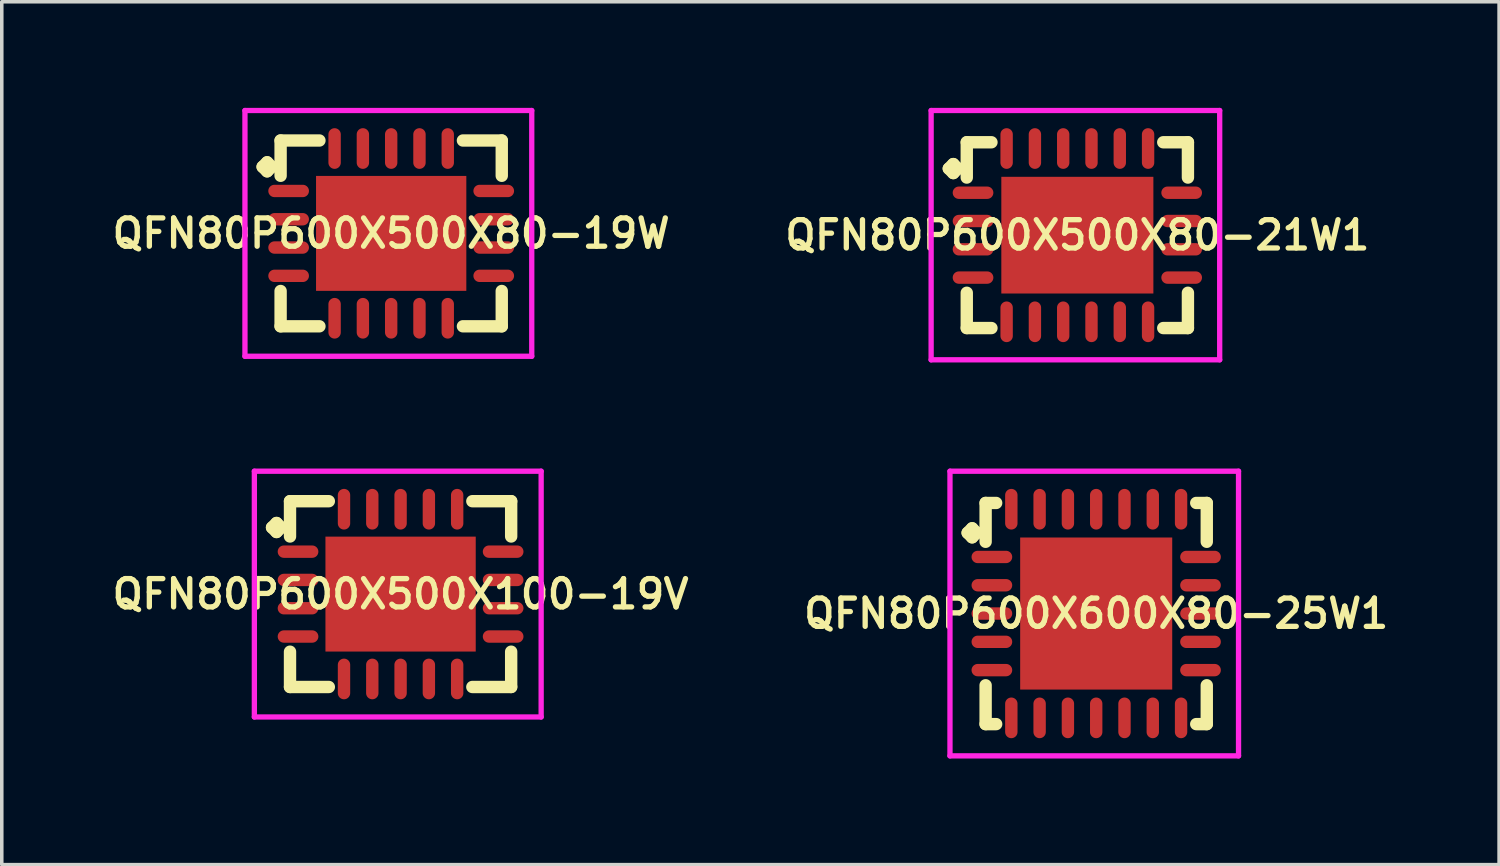
<source format=kicad_pcb>
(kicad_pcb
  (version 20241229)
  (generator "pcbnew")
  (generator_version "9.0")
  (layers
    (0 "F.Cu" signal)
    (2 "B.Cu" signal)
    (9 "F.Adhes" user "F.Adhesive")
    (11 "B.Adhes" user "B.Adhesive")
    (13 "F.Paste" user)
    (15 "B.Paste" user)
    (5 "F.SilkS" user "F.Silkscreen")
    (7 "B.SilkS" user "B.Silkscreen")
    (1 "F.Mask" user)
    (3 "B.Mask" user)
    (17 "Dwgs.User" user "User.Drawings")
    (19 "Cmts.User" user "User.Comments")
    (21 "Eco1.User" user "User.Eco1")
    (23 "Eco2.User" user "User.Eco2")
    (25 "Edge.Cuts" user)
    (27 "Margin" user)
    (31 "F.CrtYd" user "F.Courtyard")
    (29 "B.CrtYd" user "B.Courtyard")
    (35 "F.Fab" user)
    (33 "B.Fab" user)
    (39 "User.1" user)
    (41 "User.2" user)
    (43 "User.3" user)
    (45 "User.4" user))
  (footprint "QFN80P600X500X80-19W"
    (layer "F.Cu")
    (at 8.012 3.55)
    (property "Reference" "QFN80P600X500X80-19W" (at 0 0 0) (layer "F.SilkS") (effects (font (size 0.8 0.8) (thickness 0.15))))
    (attr smd)
    (fp_line (start -3.635 -1.883) (end -3.508 -2.01) (stroke (width 0.35) (type solid)) (layer "F.SilkS"))
    (fp_line (start -3.508 -2.01) (end -3.381 -1.883) (stroke (width 0.35) (type solid)) (layer "F.SilkS"))
    (fp_line (start -3.508 -1.756) (end -3.635 -1.883) (stroke (width 0.35) (type solid)) (layer "F.SilkS"))
    (fp_line (start -3.381 -1.883) (end -3.508 -1.756) (stroke (width 0.35) (type solid)) (layer "F.SilkS"))
    (fp_line (start -3.127 -2.627) (end -2.029 -2.627) (stroke (width 0.35) (type solid)) (layer "F.SilkS"))
    (fp_line (start -3.127 -1.629) (end -3.127 -2.627) (stroke (width 0.35) (type solid)) (layer "F.SilkS"))
    (fp_line (start -3.127 1.629) (end -3.127 2.627) (stroke (width 0.35) (type solid)) (layer "F.SilkS"))
    (fp_line (start -3.127 2.627) (end -2.029 2.627) (stroke (width 0.35) (type solid)) (layer "F.SilkS"))
    (fp_line (start 2.029 -2.627) (end 3.127 -2.627) (stroke (width 0.35) (type solid)) (layer "F.SilkS"))
    (fp_line (start 2.029 2.627) (end 3.127 2.627) (stroke (width 0.35) (type solid)) (layer "F.SilkS"))
    (fp_line (start 3.127 -2.627) (end 3.127 -1.629) (stroke (width 0.35) (type solid)) (layer "F.SilkS"))
    (fp_line (start 3.127 2.627) (end 3.127 1.629) (stroke (width 0.35) (type solid)) (layer "F.SilkS"))
    (fp_line (start -4.135 -3.475) (end 3.975 -3.475) (stroke (width 0.15) (type solid)) (layer "F.CrtYd"))
    (fp_line (start -4.135 3.475) (end -4.135 -3.475) (stroke (width 0.15) (type solid)) (layer "F.CrtYd"))
    (fp_line (start 3.975 -3.475) (end 3.975 3.475) (stroke (width 0.15) (type solid)) (layer "F.CrtYd"))
    (fp_line (start 3.975 3.475) (end -4.135 3.475) (stroke (width 0.15) (type solid)) (layer "F.CrtYd"))
    (pad "1" smd oval (at -2.9 -1.2) (size 1.15 0.35) (layers "F.Cu" "F.Mask" "F.Paste"))
    (pad "2" smd oval (at -2.9 -0.4) (size 1.15 0.35) (layers "F.Cu" "F.Mask" "F.Paste"))
    (pad "3" smd oval (at -2.9 0.4) (size 1.15 0.35) (layers "F.Cu" "F.Mask" "F.Paste"))
    (pad "4" smd oval (at -2.9 1.2) (size 1.15 0.35) (layers "F.Cu" "F.Mask" "F.Paste"))
    (pad "5" smd oval (at -1.6 2.4) (size 0.35 1.15) (layers "F.Cu" "F.Mask" "F.Paste"))
    (pad "6" smd oval (at -0.8 2.4) (size 0.35 1.15) (layers "F.Cu" "F.Mask" "F.Paste"))
    (pad "7" smd oval (at 0 2.4) (size 0.35 1.15) (layers "F.Cu" "F.Mask" "F.Paste"))
    (pad "8" smd oval (at 0.8 2.4) (size 0.35 1.15) (layers "F.Cu" "F.Mask" "F.Paste"))
    (pad "9" smd oval (at 1.6 2.4) (size 0.35 1.15) (layers "F.Cu" "F.Mask" "F.Paste"))
    (pad "10" smd oval (at 2.9 1.2) (size 1.15 0.35) (layers "F.Cu" "F.Mask" "F.Paste"))
    (pad "11" smd oval (at 2.9 0.4) (size 1.15 0.35) (layers "F.Cu" "F.Mask" "F.Paste"))
    (pad "12" smd oval (at 2.9 -0.4) (size 1.15 0.35) (layers "F.Cu" "F.Mask" "F.Paste"))
    (pad "13" smd oval (at 2.9 -1.2) (size 1.15 0.35) (layers "F.Cu" "F.Mask" "F.Paste"))
    (pad "14" smd oval (at 1.6 -2.4) (size 0.35 1.15) (layers "F.Cu" "F.Mask" "F.Paste"))
    (pad "15" smd oval (at 0.8 -2.4) (size 0.35 1.15) (layers "F.Cu" "F.Mask" "F.Paste"))
    (pad "16" smd oval (at 0 -2.4) (size 0.35 1.15) (layers "F.Cu" "F.Mask" "F.Paste"))
    (pad "17" smd oval (at -0.8 -2.4) (size 0.35 1.15) (layers "F.Cu" "F.Mask" "F.Paste"))
    (pad "18" smd oval (at -1.6 -2.4) (size 0.35 1.15) (layers "F.Cu" "F.Mask" "F.Paste"))
    (pad "19" smd rect (at 0 0) (size 4.25 3.25) (layers "F.Cu" "F.Mask" "F.Paste")))
  (footprint "QFN80P600X600X80-25W1"
    (layer "F.Cu")
    (at 27.949 14.3)
    (property "Reference" "QFN80P600X600X80-25W1" (at 0 0 0) (layer "F.SilkS") (effects (font (size 0.8 0.8) (thickness 0.15))))
    (attr smd)
    (fp_line (start -3.635 -2.283) (end -3.508 -2.41) (stroke (width 0.35) (type solid)) (layer "F.SilkS"))
    (fp_line (start -3.508 -2.41) (end -3.381 -2.283) (stroke (width 0.35) (type solid)) (layer "F.SilkS"))
    (fp_line (start -3.508 -2.156) (end -3.635 -2.283) (stroke (width 0.35) (type solid)) (layer "F.SilkS"))
    (fp_line (start -3.381 -2.283) (end -3.508 -2.156) (stroke (width 0.35) (type solid)) (layer "F.SilkS"))
    (fp_line (start -3.127 -3.127) (end -2.829 -3.127) (stroke (width 0.35) (type solid)) (layer "F.SilkS"))
    (fp_line (start -3.127 -2.029) (end -3.127 -3.127) (stroke (width 0.35) (type solid)) (layer "F.SilkS"))
    (fp_line (start -3.127 2.029) (end -3.127 3.127) (stroke (width 0.35) (type solid)) (layer "F.SilkS"))
    (fp_line (start -3.127 3.127) (end -2.829 3.127) (stroke (width 0.35) (type solid)) (layer "F.SilkS"))
    (fp_line (start 2.829 -3.127) (end 3.127 -3.127) (stroke (width 0.35) (type solid)) (layer "F.SilkS"))
    (fp_line (start 2.829 3.127) (end 3.127 3.127) (stroke (width 0.35) (type solid)) (layer "F.SilkS"))
    (fp_line (start 3.127 -3.127) (end 3.127 -2.029) (stroke (width 0.35) (type solid)) (layer "F.SilkS"))
    (fp_line (start 3.127 3.127) (end 3.127 2.029) (stroke (width 0.35) (type solid)) (layer "F.SilkS"))
    (fp_line (start -4.135 -4.025) (end 4.025 -4.025) (stroke (width 0.15) (type solid)) (layer "F.CrtYd"))
    (fp_line (start -4.135 4.025) (end -4.135 -4.025) (stroke (width 0.15) (type solid)) (layer "F.CrtYd"))
    (fp_line (start 4.025 -4.025) (end 4.025 4.025) (stroke (width 0.15) (type solid)) (layer "F.CrtYd"))
    (fp_line (start 4.025 4.025) (end -4.135 4.025) (stroke (width 0.15) (type solid)) (layer "F.CrtYd"))
    (pad "1" smd oval (at -2.95 -1.6) (size 1.15 0.35) (layers "F.Cu" "F.Mask" "F.Paste"))
    (pad "2" smd oval (at -2.95 -0.8) (size 1.15 0.35) (layers "F.Cu" "F.Mask" "F.Paste"))
    (pad "3" smd oval (at -2.95 0) (size 1.15 0.35) (layers "F.Cu" "F.Mask" "F.Paste"))
    (pad "4" smd oval (at -2.95 0.8) (size 1.15 0.35) (layers "F.Cu" "F.Mask" "F.Paste"))
    (pad "5" smd oval (at -2.95 1.6) (size 1.15 0.35) (layers "F.Cu" "F.Mask" "F.Paste"))
    (pad "6" smd oval (at -2.4 2.95) (size 0.35 1.15) (layers "F.Cu" "F.Mask" "F.Paste"))
    (pad "7" smd oval (at -1.6 2.95) (size 0.35 1.15) (layers "F.Cu" "F.Mask" "F.Paste"))
    (pad "8" smd oval (at -0.8 2.95) (size 0.35 1.15) (layers "F.Cu" "F.Mask" "F.Paste"))
    (pad "9" smd oval (at 0 2.95) (size 0.35 1.15) (layers "F.Cu" "F.Mask" "F.Paste"))
    (pad "10" smd oval (at 0.8 2.95) (size 0.35 1.15) (layers "F.Cu" "F.Mask" "F.Paste"))
    (pad "11" smd oval (at 1.6 2.95) (size 0.35 1.15) (layers "F.Cu" "F.Mask" "F.Paste"))
    (pad "12" smd oval (at 2.4 2.95) (size 0.35 1.15) (layers "F.Cu" "F.Mask" "F.Paste"))
    (pad "13" smd oval (at 2.95 1.6) (size 1.15 0.35) (layers "F.Cu" "F.Mask" "F.Paste"))
    (pad "14" smd oval (at 2.95 0.8) (size 1.15 0.35) (layers "F.Cu" "F.Mask" "F.Paste"))
    (pad "15" smd oval (at 2.95 0) (size 1.15 0.35) (layers "F.Cu" "F.Mask" "F.Paste"))
    (pad "16" smd oval (at 2.95 -0.8) (size 1.15 0.35) (layers "F.Cu" "F.Mask" "F.Paste"))
    (pad "17" smd oval (at 2.95 -1.6) (size 1.15 0.35) (layers "F.Cu" "F.Mask" "F.Paste"))
    (pad "18" smd oval (at 2.4 -2.95) (size 0.35 1.15) (layers "F.Cu" "F.Mask" "F.Paste"))
    (pad "19" smd oval (at 1.6 -2.95) (size 0.35 1.15) (layers "F.Cu" "F.Mask" "F.Paste"))
    (pad "20" smd oval (at 0.8 -2.95) (size 0.35 1.15) (layers "F.Cu" "F.Mask" "F.Paste"))
    (pad "21" smd oval (at 0 -2.95) (size 0.35 1.15) (layers "F.Cu" "F.Mask" "F.Paste"))
    (pad "22" smd oval (at -0.8 -2.95) (size 0.35 1.15) (layers "F.Cu" "F.Mask" "F.Paste"))
    (pad "23" smd oval (at -1.6 -2.95) (size 0.35 1.15) (layers "F.Cu" "F.Mask" "F.Paste"))
    (pad "24" smd oval (at -2.4 -2.95) (size 0.35 1.15) (layers "F.Cu" "F.Mask" "F.Paste"))
    (pad "25" smd rect (at 0 0) (size 4.3 4.3) (layers "F.Cu" "F.Mask" "F.Paste")))
  (footprint "QFN80P600X500X100-19V"
    (layer "F.Cu")
    (at 8.278 13.75)
    (property "Reference" "QFN80P600X500X100-19V" (at 0 0 0) (layer "F.SilkS") (effects (font (size 0.8 0.8) (thickness 0.15))))
    (attr smd)
    (fp_line (start -3.635 -1.883) (end -3.508 -2.01) (stroke (width 0.35) (type solid)) (layer "F.SilkS"))
    (fp_line (start -3.508 -2.01) (end -3.381 -1.883) (stroke (width 0.35) (type solid)) (layer "F.SilkS"))
    (fp_line (start -3.508 -1.756) (end -3.635 -1.883) (stroke (width 0.35) (type solid)) (layer "F.SilkS"))
    (fp_line (start -3.381 -1.883) (end -3.508 -1.756) (stroke (width 0.35) (type solid)) (layer "F.SilkS"))
    (fp_line (start -3.127 -2.627) (end -2.029 -2.627) (stroke (width 0.35) (type solid)) (layer "F.SilkS"))
    (fp_line (start -3.127 -1.629) (end -3.127 -2.627) (stroke (width 0.35) (type solid)) (layer "F.SilkS"))
    (fp_line (start -3.127 1.629) (end -3.127 2.627) (stroke (width 0.35) (type solid)) (layer "F.SilkS"))
    (fp_line (start -3.127 2.627) (end -2.029 2.627) (stroke (width 0.35) (type solid)) (layer "F.SilkS"))
    (fp_line (start 2.029 -2.627) (end 3.127 -2.627) (stroke (width 0.35) (type solid)) (layer "F.SilkS"))
    (fp_line (start 2.029 2.627) (end 3.127 2.627) (stroke (width 0.35) (type solid)) (layer "F.SilkS"))
    (fp_line (start 3.127 -2.627) (end 3.127 -1.629) (stroke (width 0.35) (type solid)) (layer "F.SilkS"))
    (fp_line (start 3.127 2.627) (end 3.127 1.629) (stroke (width 0.35) (type solid)) (layer "F.SilkS"))
    (fp_line (start -4.135 -3.475) (end 3.975 -3.475) (stroke (width 0.15) (type solid)) (layer "F.CrtYd"))
    (fp_line (start -4.135 3.475) (end -4.135 -3.475) (stroke (width 0.15) (type solid)) (layer "F.CrtYd"))
    (fp_line (start 3.975 -3.475) (end 3.975 3.475) (stroke (width 0.15) (type solid)) (layer "F.CrtYd"))
    (fp_line (start 3.975 3.475) (end -4.135 3.475) (stroke (width 0.15) (type solid)) (layer "F.CrtYd"))
    (pad "1" smd oval (at -2.9 -1.2) (size 1.15 0.35) (layers "F.Cu" "F.Mask" "F.Paste"))
    (pad "2" smd oval (at -2.9 -0.4) (size 1.15 0.35) (layers "F.Cu" "F.Mask" "F.Paste"))
    (pad "3" smd oval (at -2.9 0.4) (size 1.15 0.35) (layers "F.Cu" "F.Mask" "F.Paste"))
    (pad "4" smd oval (at -2.9 1.2) (size 1.15 0.35) (layers "F.Cu" "F.Mask" "F.Paste"))
    (pad "5" smd oval (at -1.6 2.4) (size 0.35 1.15) (layers "F.Cu" "F.Mask" "F.Paste"))
    (pad "6" smd oval (at -0.8 2.4) (size 0.35 1.15) (layers "F.Cu" "F.Mask" "F.Paste"))
    (pad "7" smd oval (at 0 2.4) (size 0.35 1.15) (layers "F.Cu" "F.Mask" "F.Paste"))
    (pad "8" smd oval (at 0.8 2.4) (size 0.35 1.15) (layers "F.Cu" "F.Mask" "F.Paste"))
    (pad "9" smd oval (at 1.6 2.4) (size 0.35 1.15) (layers "F.Cu" "F.Mask" "F.Paste"))
    (pad "10" smd oval (at 2.9 1.2) (size 1.15 0.35) (layers "F.Cu" "F.Mask" "F.Paste"))
    (pad "11" smd oval (at 2.9 0.4) (size 1.15 0.35) (layers "F.Cu" "F.Mask" "F.Paste"))
    (pad "12" smd oval (at 2.9 -0.4) (size 1.15 0.35) (layers "F.Cu" "F.Mask" "F.Paste"))
    (pad "13" smd oval (at 2.9 -1.2) (size 1.15 0.35) (layers "F.Cu" "F.Mask" "F.Paste"))
    (pad "14" smd oval (at 1.6 -2.4) (size 0.35 1.15) (layers "F.Cu" "F.Mask" "F.Paste"))
    (pad "15" smd oval (at 0.8 -2.4) (size 0.35 1.15) (layers "F.Cu" "F.Mask" "F.Paste"))
    (pad "16" smd oval (at 0 -2.4) (size 0.35 1.15) (layers "F.Cu" "F.Mask" "F.Paste"))
    (pad "17" smd oval (at -0.8 -2.4) (size 0.35 1.15) (layers "F.Cu" "F.Mask" "F.Paste"))
    (pad "18" smd oval (at -1.6 -2.4) (size 0.35 1.15) (layers "F.Cu" "F.Mask" "F.Paste"))
    (pad "19" smd rect (at 0 0) (size 4.25 3.25) (layers "F.Cu" "F.Mask" "F.Paste")))
  (footprint "QFN80P600X500X80-21W1"
    (layer "F.Cu")
    (at 27.416 3.6)
    (property "Reference" "QFN80P600X500X80-21W1" (at 0 0 0) (layer "F.SilkS") (effects (font (size 0.8 0.8) (thickness 0.15))))
    (attr through_hole)
    (fp_line (start -3.635 -1.883) (end -3.508 -2.01) (stroke (width 0.35) (type solid)) (layer "F.SilkS"))
    (fp_line (start -3.508 -2.01) (end -3.381 -1.883) (stroke (width 0.35) (type solid)) (layer "F.SilkS"))
    (fp_line (start -3.508 -1.756) (end -3.635 -1.883) (stroke (width 0.35) (type solid)) (layer "F.SilkS"))
    (fp_line (start -3.381 -1.883) (end -3.508 -1.756) (stroke (width 0.35) (type solid)) (layer "F.SilkS"))
    (fp_line (start -3.127 -2.627) (end -2.429 -2.627) (stroke (width 0.35) (type solid)) (layer "F.SilkS"))
    (fp_line (start -3.127 -1.629) (end -3.127 -2.627) (stroke (width 0.35) (type solid)) (layer "F.SilkS"))
    (fp_line (start -3.127 1.629) (end -3.127 2.627) (stroke (width 0.35) (type solid)) (layer "F.SilkS"))
    (fp_line (start -3.127 2.627) (end -2.429 2.627) (stroke (width 0.35) (type solid)) (layer "F.SilkS"))
    (fp_line (start 2.429 -2.627) (end 3.127 -2.627) (stroke (width 0.35) (type solid)) (layer "F.SilkS"))
    (fp_line (start 2.429 2.627) (end 3.127 2.627) (stroke (width 0.35) (type solid)) (layer "F.SilkS"))
    (fp_line (start 3.127 -2.627) (end 3.127 -1.629) (stroke (width 0.35) (type solid)) (layer "F.SilkS"))
    (fp_line (start 3.127 2.627) (end 3.127 1.629) (stroke (width 0.35) (type solid)) (layer "F.SilkS"))
    (fp_line (start -4.135 -3.525) (end 4.025 -3.525) (stroke (width 0.15) (type solid)) (layer "F.CrtYd"))
    (fp_line (start -4.135 3.525) (end -4.135 -3.525) (stroke (width 0.15) (type solid)) (layer "F.CrtYd"))
    (fp_line (start 4.025 -3.525) (end 4.025 3.525) (stroke (width 0.15) (type solid)) (layer "F.CrtYd"))
    (fp_line (start 4.025 3.525) (end -4.135 3.525) (stroke (width 0.15) (type solid)) (layer "F.CrtYd"))
    (pad "1" smd oval (at -2.95 -1.2) (size 1.15 0.35) (layers "F.Cu" "F.Mask" "F.Paste"))
    (pad "2" smd oval (at -2.95 -0.4) (size 1.15 0.35) (layers "F.Cu" "F.Mask" "F.Paste"))
    (pad "3" smd oval (at -2.95 0.4) (size 1.15 0.35) (layers "F.Cu" "F.Mask" "F.Paste"))
    (pad "4" smd oval (at -2.95 1.2) (size 1.15 0.35) (layers "F.Cu" "F.Mask" "F.Paste"))
    (pad "5" smd oval (at -2 2.45) (size 0.35 1.15) (layers "F.Cu" "F.Mask" "F.Paste"))
    (pad "6" smd oval (at -1.2 2.45) (size 0.35 1.15) (layers "F.Cu" "F.Mask" "F.Paste"))
    (pad "7" smd oval (at -0.4 2.45) (size 0.35 1.15) (layers "F.Cu" "F.Mask" "F.Paste"))
    (pad "8" smd oval (at 0.4 2.45) (size 0.35 1.15) (layers "F.Cu" "F.Mask" "F.Paste"))
    (pad "9" smd oval (at 1.2 2.45) (size 0.35 1.15) (layers "F.Cu" "F.Mask" "F.Paste"))
    (pad "10" smd oval (at 2 2.45) (size 0.35 1.15) (layers "F.Cu" "F.Mask" "F.Paste"))
    (pad "11" smd oval (at 2.95 1.2) (size 1.15 0.35) (layers "F.Cu" "F.Mask" "F.Paste"))
    (pad "12" smd oval (at 2.95 0.4) (size 1.15 0.35) (layers "F.Cu" "F.Mask" "F.Paste"))
    (pad "13" smd oval (at 2.95 -0.4) (size 1.15 0.35) (layers "F.Cu" "F.Mask" "F.Paste"))
    (pad "14" smd oval (at 2.95 -1.2) (size 1.15 0.35) (layers "F.Cu" "F.Mask" "F.Paste"))
    (pad "15" smd oval (at 2 -2.45) (size 0.35 1.15) (layers "F.Cu" "F.Mask" "F.Paste"))
    (pad "16" smd oval (at 1.2 -2.45) (size 0.35 1.15) (layers "F.Cu" "F.Mask" "F.Paste"))
    (pad "17" smd oval (at 0.4 -2.45) (size 0.35 1.15) (layers "F.Cu" "F.Mask" "F.Paste"))
    (pad "18" smd oval (at -0.4 -2.45) (size 0.35 1.15) (layers "F.Cu" "F.Mask" "F.Paste"))
    (pad "19" smd oval (at -1.2 -2.45) (size 0.35 1.15) (layers "F.Cu" "F.Mask" "F.Paste"))
    (pad "20" smd oval (at -2 -2.45) (size 0.35 1.15) (layers "F.Cu" "F.Mask" "F.Paste"))
    (pad "21" smd rect (at 0 0) (size 4.3 3.3) (layers "F.Cu" "F.Mask" "F.Paste")))
  (gr_rect
    (start -3 -3)
    (end 39.342 21.4)
    (stroke (width 0.1) (type default))
    (fill no)
    (layer "Edge.Cuts")))
</source>
